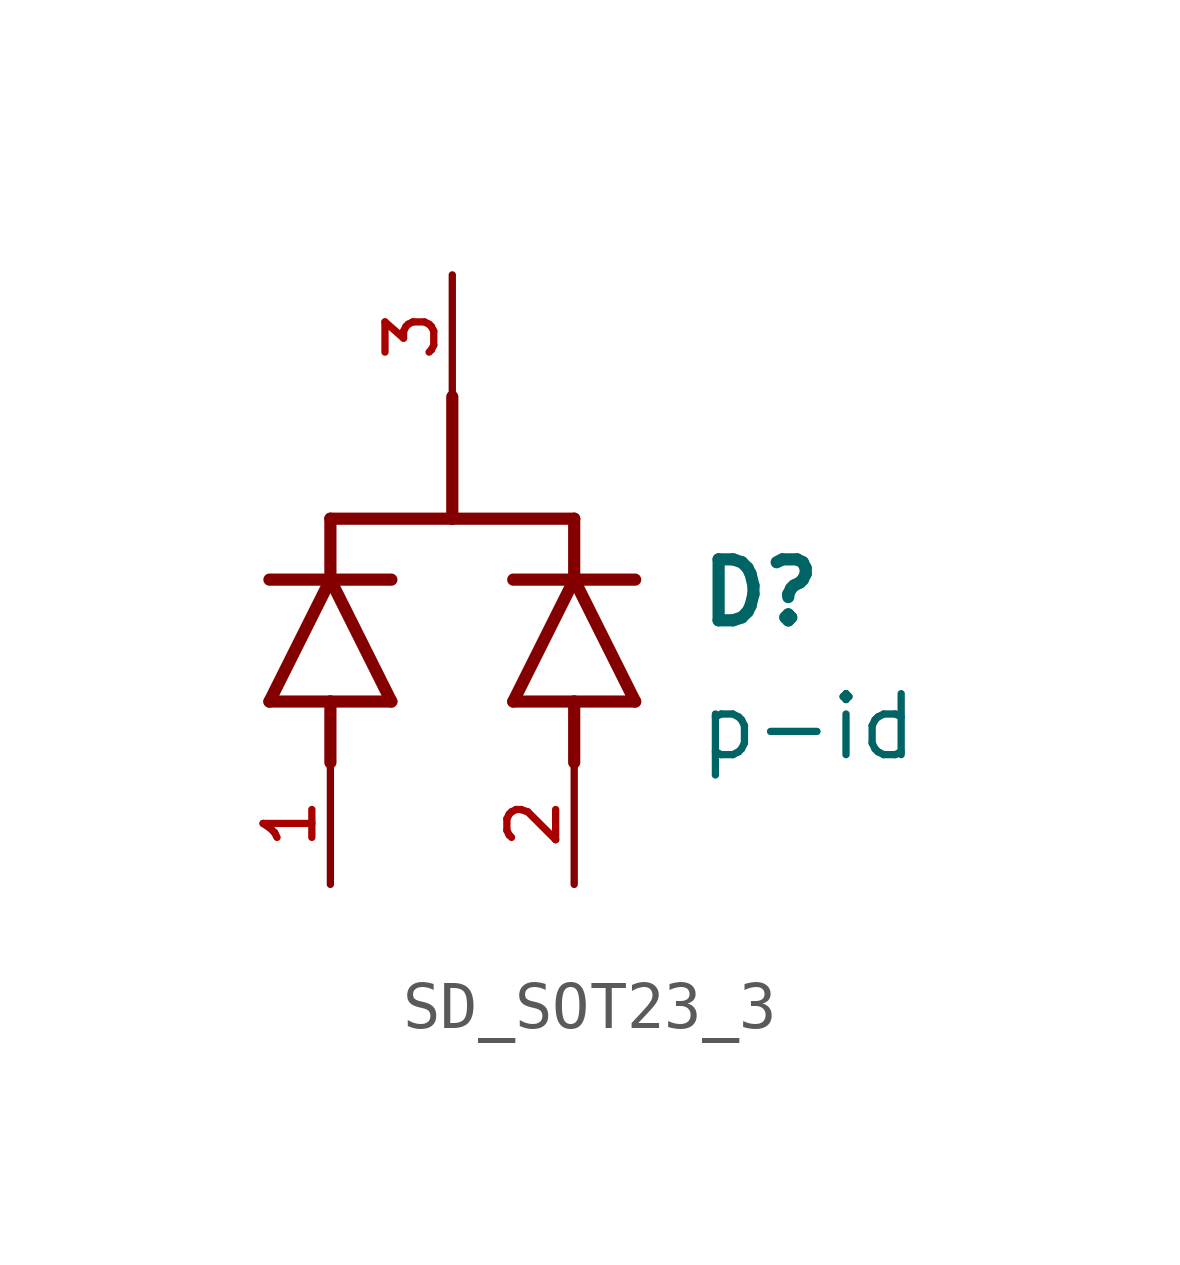
<source format=kicad_sym>
(kicad_symbol_lib
  (version 20220914)
  (generator kicad_symbol_editor)
  (symbol "SD_SOT23_3"
    (pin_names
      (offset 1.016))
    (property "Reference" "D"
      (at 5.08 0.254 0)
      (effects (font (size 1.27 1.27) bold) (justify left bottom)))
    (property "Value" "p-id"
      (at 5.08 -2.54 0)
      (effects (font (size 1.27 1.27)) (justify left bottom)))
    (symbol "SD_SOT23_3_0_0"
      (polyline (pts (xy -3.81 -1.27) (xy -2.54 -1.27)) (stroke (width 0.254) (type default)) (fill (type none)))
      (polyline (pts (xy -3.81 1.27) (xy -2.54 1.27)) (stroke (width 0.254) (type default)) (fill (type none)))
      (polyline (pts (xy -2.54 -2.54) (xy -2.54 -1.27)) (stroke (width 0.254) (type default)) (fill (type none)))
      (polyline (pts (xy -2.54 -1.27) (xy -1.27 -1.27)) (stroke (width 0.254) (type default)) (fill (type none)))
      (polyline (pts (xy -2.54 1.27) (xy -3.81 -1.27)) (stroke (width 0.254) (type default)) (fill (type none)))
      (polyline (pts (xy -2.54 1.27) (xy -2.54 2.54)) (stroke (width 0.254) (type default)) (fill (type none)))
      (polyline (pts (xy -2.54 1.27) (xy -1.27 1.27)) (stroke (width 0.254) (type default)) (fill (type none)))
      (polyline (pts (xy -2.54 2.54) (xy 0 2.54)) (stroke (width 0.254) (type default)) (fill (type none)))
      (polyline (pts (xy -1.27 -1.27) (xy -2.54 1.27)) (stroke (width 0.254) (type default)) (fill (type none)))
      (polyline (pts (xy 0 2.54) (xy 2.54 2.54)) (stroke (width 0.254) (type default)) (fill (type none)))
      (polyline (pts (xy 0 5.08) (xy 0 2.54)) (stroke (width 0.254) (type default)) (fill (type none)))
      (polyline (pts (xy 1.27 -1.27) (xy 2.54 -1.27)) (stroke (width 0.254) (type default)) (fill (type none)))
      (polyline (pts (xy 1.27 1.27) (xy 2.54 1.27)) (stroke (width 0.254) (type default)) (fill (type none)))
      (polyline (pts (xy 2.54 -2.54) (xy 2.54 -1.27)) (stroke (width 0.254) (type default)) (fill (type none)))
      (polyline (pts (xy 2.54 -1.27) (xy 3.81 -1.27)) (stroke (width 0.254) (type default)) (fill (type none)))
      (polyline (pts (xy 2.54 1.27) (xy 1.27 -1.27)) (stroke (width 0.254) (type default)) (fill (type none)))
      (polyline (pts (xy 2.54 1.27) (xy 2.54 2.54)) (stroke (width 0.254) (type default)) (fill (type none)))
      (polyline (pts (xy 2.54 1.27) (xy 3.81 1.27)) (stroke (width 0.254) (type default)) (fill (type none)))
      (polyline (pts (xy 3.81 -1.27) (xy 2.54 1.27)) (stroke (width 0.254) (type default)) (fill (type none)))
      (pin passive line (at -2.54 -5.08 90) (length 2.54) (name "~" (effects (font (size 1.016 1.016)))) (number "1" (effects (font (size 1.016 1.016)))))
      (pin passive line (at 2.54 -5.08 90) (length 2.54) (name "~" (effects (font (size 1.016 1.016)))) (number "2" (effects (font (size 1.016 1.016)))))
      (pin passive line (at 0 7.62 270) (length 2.54) (name "~" (effects (font (size 1.016 1.016)))) (number "3" (effects (font (size 1.016 1.016))))))))
</source>
